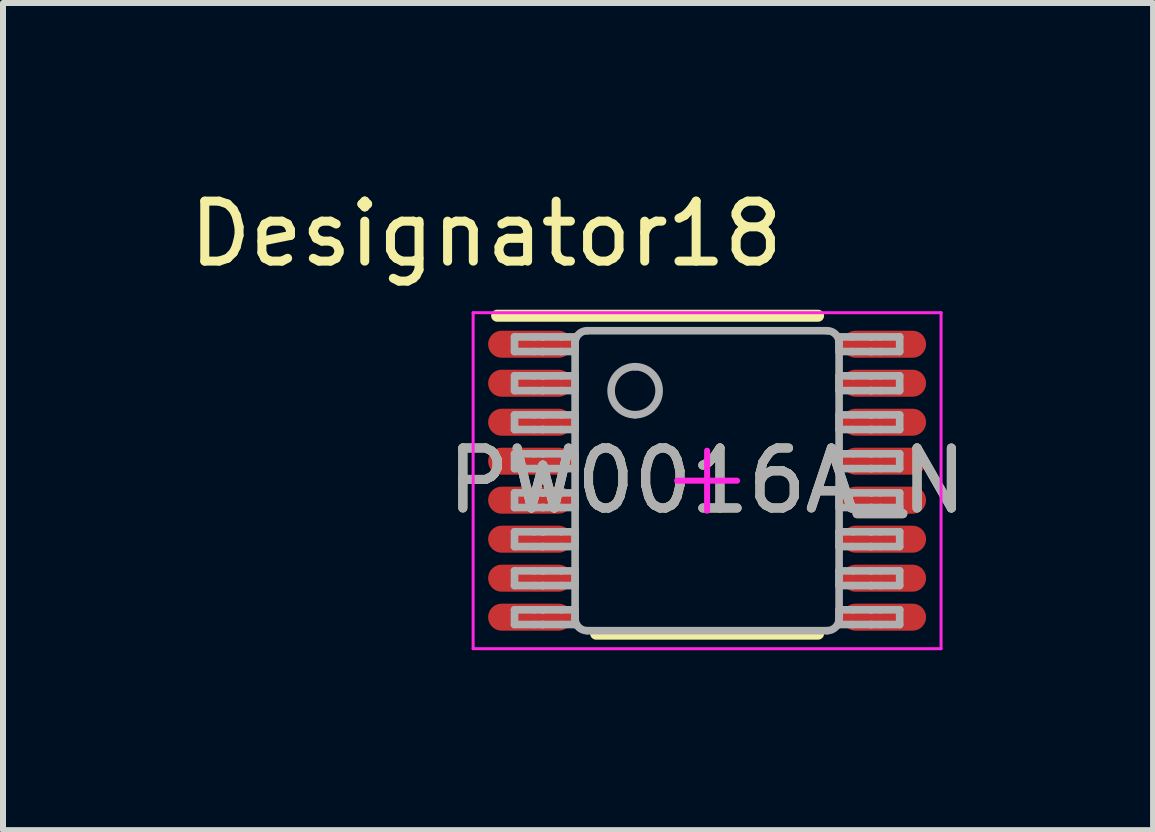
<source format=kicad_pcb>
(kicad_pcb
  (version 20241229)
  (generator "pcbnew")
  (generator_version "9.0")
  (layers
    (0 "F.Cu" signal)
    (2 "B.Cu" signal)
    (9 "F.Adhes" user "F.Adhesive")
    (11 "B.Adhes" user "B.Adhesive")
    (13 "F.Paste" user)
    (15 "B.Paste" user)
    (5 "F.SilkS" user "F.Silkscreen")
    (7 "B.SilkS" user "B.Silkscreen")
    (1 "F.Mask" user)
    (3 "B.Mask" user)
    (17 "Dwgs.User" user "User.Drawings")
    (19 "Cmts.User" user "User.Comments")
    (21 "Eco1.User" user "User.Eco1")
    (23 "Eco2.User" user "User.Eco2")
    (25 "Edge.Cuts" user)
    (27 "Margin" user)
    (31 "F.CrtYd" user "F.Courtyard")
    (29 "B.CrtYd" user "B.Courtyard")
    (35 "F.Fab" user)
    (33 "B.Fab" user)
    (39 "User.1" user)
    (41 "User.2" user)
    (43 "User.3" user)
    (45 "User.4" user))
  (footprint "PW0016A_N"
    (layer "F.Cu")
    (at 8.737 4.963)
    (property "Reference" "PW0016A_N" (at 0 0 0) (unlocked yes) (layer "F.SilkS") (effects (font (size 1 1) (thickness 0.15))))
    (attr smd)
    (fp_line (start -3.5 -2.75) (end 1.85 -2.75) (stroke (width 0.2) (type solid)) (layer "F.SilkS"))
    (fp_line (start -1.85 2.55) (end 1.85 2.55) (stroke (width 0.2) (type solid)) (layer "F.SilkS"))
    (fp_line (start -3.9 -2.8) (end 3.9 -2.8) (stroke (width 0.05) (type solid)) (layer "F.CrtYd"))
    (fp_line (start -3.9 2.8) (end -3.9 -2.8) (stroke (width 0.05) (type solid)) (layer "F.CrtYd"))
    (fp_line (start -3.9 2.8) (end 3.9 2.8) (stroke (width 0.05) (type solid)) (layer "F.CrtYd"))
    (fp_line (start -0.5 0) (end 0.5 0) (stroke (width 0.1) (type solid)) (layer "F.CrtYd"))
    (fp_line (start 0 0.5) (end 0 -0.5) (stroke (width 0.1) (type solid)) (layer "F.CrtYd"))
    (fp_line (start 3.9 2.8) (end 3.9 -2.8) (stroke (width 0.05) (type solid)) (layer "F.CrtYd"))
    (fp_line (start -3.21 -2.397) (end -2.887 -2.397) (stroke (width 0.127) (type solid)) (layer "F.Fab"))
    (fp_line (start -3.21 -2.153) (end -3.21 -2.397) (stroke (width 0.127) (type solid)) (layer "F.Fab"))
    (fp_line (start -3.21 -2.153) (end -2.887 -2.153) (stroke (width 0.127) (type solid)) (layer "F.Fab"))
    (fp_line (start -3.21 -1.748) (end -2.887 -1.748) (stroke (width 0.127) (type solid)) (layer "F.Fab"))
    (fp_line (start -3.21 -1.502) (end -3.21 -1.748) (stroke (width 0.127) (type solid)) (layer "F.Fab"))
    (fp_line (start -3.21 -1.502) (end -2.887 -1.502) (stroke (width 0.127) (type solid)) (layer "F.Fab"))
    (fp_line (start -3.21 -1.097) (end -2.887 -1.097) (stroke (width 0.127) (type solid)) (layer "F.Fab"))
    (fp_line (start -3.21 -0.853) (end -3.21 -1.097) (stroke (width 0.127) (type solid)) (layer "F.Fab"))
    (fp_line (start -3.21 -0.853) (end -2.887 -0.853) (stroke (width 0.127) (type solid)) (layer "F.Fab"))
    (fp_line (start -3.21 -0.448) (end -2.887 -0.448) (stroke (width 0.127) (type solid)) (layer "F.Fab"))
    (fp_line (start -3.21 -0.202) (end -3.21 -0.448) (stroke (width 0.127) (type solid)) (layer "F.Fab"))
    (fp_line (start -3.21 -0.202) (end -2.887 -0.202) (stroke (width 0.127) (type solid)) (layer "F.Fab"))
    (fp_line (start -3.21 0.203) (end -2.887 0.203) (stroke (width 0.127) (type solid)) (layer "F.Fab"))
    (fp_line (start -3.21 0.447) (end -3.21 0.203) (stroke (width 0.127) (type solid)) (layer "F.Fab"))
    (fp_line (start -3.21 0.447) (end -2.887 0.447) (stroke (width 0.127) (type solid)) (layer "F.Fab"))
    (fp_line (start -3.21 0.852) (end -2.887 0.852) (stroke (width 0.127) (type solid)) (layer "F.Fab"))
    (fp_line (start -3.21 1.098) (end -3.21 0.852) (stroke (width 0.127) (type solid)) (layer "F.Fab"))
    (fp_line (start -3.21 1.098) (end -2.887 1.098) (stroke (width 0.127) (type solid)) (layer "F.Fab"))
    (fp_line (start -3.21 1.503) (end -2.887 1.503) (stroke (width 0.127) (type solid)) (layer "F.Fab"))
    (fp_line (start -3.21 1.748) (end -3.21 1.503) (stroke (width 0.127) (type solid)) (layer "F.Fab"))
    (fp_line (start -3.21 1.748) (end -2.887 1.748) (stroke (width 0.127) (type solid)) (layer "F.Fab"))
    (fp_line (start -3.21 2.152) (end -2.887 2.152) (stroke (width 0.127) (type solid)) (layer "F.Fab"))
    (fp_line (start -3.21 2.398) (end -3.21 2.152) (stroke (width 0.127) (type solid)) (layer "F.Fab"))
    (fp_line (start -3.21 2.398) (end -2.887 2.398) (stroke (width 0.127) (type solid)) (layer "F.Fab"))
    (fp_line (start -2.887 -2.397) (end -2.739 -2.397) (stroke (width 0.127) (type solid)) (layer "F.Fab"))
    (fp_line (start -2.887 -2.153) (end -2.739 -2.153) (stroke (width 0.127) (type solid)) (layer "F.Fab"))
    (fp_line (start -2.887 -1.748) (end -2.739 -1.748) (stroke (width 0.127) (type solid)) (layer "F.Fab"))
    (fp_line (start -2.887 -1.502) (end -2.739 -1.502) (stroke (width 0.127) (type solid)) (layer "F.Fab"))
    (fp_line (start -2.887 -1.097) (end -2.739 -1.097) (stroke (width 0.127) (type solid)) (layer "F.Fab"))
    (fp_line (start -2.887 -0.853) (end -2.739 -0.853) (stroke (width 0.127) (type solid)) (layer "F.Fab"))
    (fp_line (start -2.887 -0.448) (end -2.739 -0.448) (stroke (width 0.127) (type solid)) (layer "F.Fab"))
    (fp_line (start -2.887 -0.202) (end -2.739 -0.202) (stroke (width 0.127) (type solid)) (layer "F.Fab"))
    (fp_line (start -2.887 0.203) (end -2.739 0.203) (stroke (width 0.127) (type solid)) (layer "F.Fab"))
    (fp_line (start -2.887 0.447) (end -2.739 0.447) (stroke (width 0.127) (type solid)) (layer "F.Fab"))
    (fp_line (start -2.887 0.852) (end -2.739 0.852) (stroke (width 0.127) (type solid)) (layer "F.Fab"))
    (fp_line (start -2.887 1.098) (end -2.739 1.098) (stroke (width 0.127) (type solid)) (layer "F.Fab"))
    (fp_line (start -2.887 1.503) (end -2.739 1.503) (stroke (width 0.127) (type solid)) (layer "F.Fab"))
    (fp_line (start -2.887 1.748) (end -2.739 1.748) (stroke (width 0.127) (type solid)) (layer "F.Fab"))
    (fp_line (start -2.887 2.152) (end -2.739 2.152) (stroke (width 0.127) (type solid)) (layer "F.Fab"))
    (fp_line (start -2.887 2.398) (end -2.739 2.398) (stroke (width 0.127) (type solid)) (layer "F.Fab"))
    (fp_line (start -2.739 -2.397) (end -2.733 -2.397) (stroke (width 0.127) (type solid)) (layer "F.Fab"))
    (fp_line (start -2.739 -2.153) (end -2.733 -2.153) (stroke (width 0.127) (type solid)) (layer "F.Fab"))
    (fp_line (start -2.739 -1.748) (end -2.733 -1.748) (stroke (width 0.127) (type solid)) (layer "F.Fab"))
    (fp_line (start -2.739 -1.502) (end -2.733 -1.502) (stroke (width 0.127) (type solid)) (layer "F.Fab"))
    (fp_line (start -2.739 -1.097) (end -2.733 -1.097) (stroke (width 0.127) (type solid)) (layer "F.Fab"))
    (fp_line (start -2.739 -0.853) (end -2.733 -0.853) (stroke (width 0.127) (type solid)) (layer "F.Fab"))
    (fp_line (start -2.739 -0.448) (end -2.733 -0.448) (stroke (width 0.127) (type solid)) (layer "F.Fab"))
    (fp_line (start -2.739 -0.202) (end -2.733 -0.202) (stroke (width 0.127) (type solid)) (layer "F.Fab"))
    (fp_line (start -2.739 0.203) (end -2.733 0.203) (stroke (width 0.127) (type solid)) (layer "F.Fab"))
    (fp_line (start -2.739 0.447) (end -2.733 0.447) (stroke (width 0.127) (type solid)) (layer "F.Fab"))
    (fp_line (start -2.739 0.852) (end -2.733 0.852) (stroke (width 0.127) (type solid)) (layer "F.Fab"))
    (fp_line (start -2.739 1.098) (end -2.733 1.098) (stroke (width 0.127) (type solid)) (layer "F.Fab"))
    (fp_line (start -2.739 1.503) (end -2.733 1.503) (stroke (width 0.127) (type solid)) (layer "F.Fab"))
    (fp_line (start -2.739 1.748) (end -2.733 1.748) (stroke (width 0.127) (type solid)) (layer "F.Fab"))
    (fp_line (start -2.739 2.152) (end -2.733 2.152) (stroke (width 0.127) (type solid)) (layer "F.Fab"))
    (fp_line (start -2.739 2.398) (end -2.733 2.398) (stroke (width 0.127) (type solid)) (layer "F.Fab"))
    (fp_line (start -2.733 -2.397) (end -2.431 -2.397) (stroke (width 0.127) (type solid)) (layer "F.Fab"))
    (fp_line (start -2.733 -2.153) (end -2.431 -2.153) (stroke (width 0.127) (type solid)) (layer "F.Fab"))
    (fp_line (start -2.733 -1.748) (end -2.431 -1.748) (stroke (width 0.127) (type solid)) (layer "F.Fab"))
    (fp_line (start -2.733 -1.502) (end -2.431 -1.502) (stroke (width 0.127) (type solid)) (layer "F.Fab"))
    (fp_line (start -2.733 -1.097) (end -2.431 -1.097) (stroke (width 0.127) (type solid)) (layer "F.Fab"))
    (fp_line (start -2.733 -0.853) (end -2.431 -0.853) (stroke (width 0.127) (type solid)) (layer "F.Fab"))
    (fp_line (start -2.733 -0.448) (end -2.431 -0.448) (stroke (width 0.127) (type solid)) (layer "F.Fab"))
    (fp_line (start -2.733 -0.202) (end -2.431 -0.202) (stroke (width 0.127) (type solid)) (layer "F.Fab"))
    (fp_line (start -2.733 0.203) (end -2.431 0.203) (stroke (width 0.127) (type solid)) (layer "F.Fab"))
    (fp_line (start -2.733 0.447) (end -2.431 0.447) (stroke (width 0.127) (type solid)) (layer "F.Fab"))
    (fp_line (start -2.733 0.852) (end -2.431 0.852) (stroke (width 0.127) (type solid)) (layer "F.Fab"))
    (fp_line (start -2.733 1.098) (end -2.431 1.098) (stroke (width 0.127) (type solid)) (layer "F.Fab"))
    (fp_line (start -2.733 1.503) (end -2.431 1.503) (stroke (width 0.127) (type solid)) (layer "F.Fab"))
    (fp_line (start -2.733 1.748) (end -2.431 1.748) (stroke (width 0.127) (type solid)) (layer "F.Fab"))
    (fp_line (start -2.733 2.152) (end -2.431 2.152) (stroke (width 0.127) (type solid)) (layer "F.Fab"))
    (fp_line (start -2.733 2.398) (end -2.431 2.398) (stroke (width 0.127) (type solid)) (layer "F.Fab"))
    (fp_line (start -2.431 -2.397) (end -2.2 -2.397) (stroke (width 0.127) (type solid)) (layer "F.Fab"))
    (fp_line (start -2.431 -2.153) (end -2.2 -2.153) (stroke (width 0.127) (type solid)) (layer "F.Fab"))
    (fp_line (start -2.431 -1.748) (end -2.2 -1.748) (stroke (width 0.127) (type solid)) (layer "F.Fab"))
    (fp_line (start -2.431 -1.502) (end -2.2 -1.502) (stroke (width 0.127) (type solid)) (layer "F.Fab"))
    (fp_line (start -2.431 -1.097) (end -2.2 -1.097) (stroke (width 0.127) (type solid)) (layer "F.Fab"))
    (fp_line (start -2.431 -0.853) (end -2.2 -0.853) (stroke (width 0.127) (type solid)) (layer "F.Fab"))
    (fp_line (start -2.431 -0.448) (end -2.2 -0.448) (stroke (width 0.127) (type solid)) (layer "F.Fab"))
    (fp_line (start -2.431 -0.202) (end -2.2 -0.202) (stroke (width 0.127) (type solid)) (layer "F.Fab"))
    (fp_line (start -2.431 0.203) (end -2.2 0.203) (stroke (width 0.127) (type solid)) (layer "F.Fab"))
    (fp_line (start -2.431 0.447) (end -2.2 0.447) (stroke (width 0.127) (type solid)) (layer "F.Fab"))
    (fp_line (start -2.431 0.852) (end -2.2 0.852) (stroke (width 0.127) (type solid)) (layer "F.Fab"))
    (fp_line (start -2.431 1.098) (end -2.2 1.098) (stroke (width 0.127) (type solid)) (layer "F.Fab"))
    (fp_line (start -2.431 1.503) (end -2.2 1.503) (stroke (width 0.127) (type solid)) (layer "F.Fab"))
    (fp_line (start -2.431 1.748) (end -2.2 1.748) (stroke (width 0.127) (type solid)) (layer "F.Fab"))
    (fp_line (start -2.431 2.152) (end -2.2 2.152) (stroke (width 0.127) (type solid)) (layer "F.Fab"))
    (fp_line (start -2.431 2.398) (end -2.2 2.398) (stroke (width 0.127) (type solid)) (layer "F.Fab"))
    (fp_line (start -2.2 -2.153) (end -2.2 -2.397) (stroke (width 0.127) (type solid)) (layer "F.Fab"))
    (fp_line (start -2.2 -1.502) (end -2.2 -1.748) (stroke (width 0.127) (type solid)) (layer "F.Fab"))
    (fp_line (start -2.2 -0.853) (end -2.2 -1.097) (stroke (width 0.127) (type solid)) (layer "F.Fab"))
    (fp_line (start -2.2 -0.202) (end -2.2 -0.448) (stroke (width 0.127) (type solid)) (layer "F.Fab"))
    (fp_line (start -2.2 0.447) (end -2.2 0.203) (stroke (width 0.127) (type solid)) (layer "F.Fab"))
    (fp_line (start -2.2 1.098) (end -2.2 0.852) (stroke (width 0.127) (type solid)) (layer "F.Fab"))
    (fp_line (start -2.2 1.748) (end -2.2 1.503) (stroke (width 0.127) (type solid)) (layer "F.Fab"))
    (fp_line (start -2.2 2.3) (end -2.2 -2.3) (stroke (width 0.127) (type solid)) (layer "F.Fab"))
    (fp_line (start -2.2 2.398) (end -2.2 2.152) (stroke (width 0.127) (type solid)) (layer "F.Fab"))
    (fp_line (start -2 -2.5) (end 2 -2.5) (stroke (width 0.127) (type solid)) (layer "F.Fab"))
    (fp_line (start -2 2.5) (end 2 2.5) (stroke (width 0.127) (type solid)) (layer "F.Fab"))
    (fp_line (start 2.2 -2.397) (end 2.43 -2.397) (stroke (width 0.127) (type solid)) (layer "F.Fab"))
    (fp_line (start 2.2 -2.153) (end 2.2 -2.397) (stroke (width 0.127) (type solid)) (layer "F.Fab"))
    (fp_line (start 2.2 -2.153) (end 2.43 -2.153) (stroke (width 0.127) (type solid)) (layer "F.Fab"))
    (fp_line (start 2.2 -1.748) (end 2.43 -1.748) (stroke (width 0.127) (type solid)) (layer "F.Fab"))
    (fp_line (start 2.2 -1.502) (end 2.2 -1.748) (stroke (width 0.127) (type solid)) (layer "F.Fab"))
    (fp_line (start 2.2 -1.502) (end 2.43 -1.502) (stroke (width 0.127) (type solid)) (layer "F.Fab"))
    (fp_line (start 2.2 -1.097) (end 2.43 -1.097) (stroke (width 0.127) (type solid)) (layer "F.Fab"))
    (fp_line (start 2.2 -0.853) (end 2.2 -1.097) (stroke (width 0.127) (type solid)) (layer "F.Fab"))
    (fp_line (start 2.2 -0.853) (end 2.43 -0.853) (stroke (width 0.127) (type solid)) (layer "F.Fab"))
    (fp_line (start 2.2 -0.448) (end 2.43 -0.448) (stroke (width 0.127) (type solid)) (layer "F.Fab"))
    (fp_line (start 2.2 -0.202) (end 2.2 -0.448) (stroke (width 0.127) (type solid)) (layer "F.Fab"))
    (fp_line (start 2.2 -0.202) (end 2.43 -0.202) (stroke (width 0.127) (type solid)) (layer "F.Fab"))
    (fp_line (start 2.2 0.203) (end 2.43 0.203) (stroke (width 0.127) (type solid)) (layer "F.Fab"))
    (fp_line (start 2.2 0.447) (end 2.2 0.203) (stroke (width 0.127) (type solid)) (layer "F.Fab"))
    (fp_line (start 2.2 0.447) (end 2.43 0.447) (stroke (width 0.127) (type solid)) (layer "F.Fab"))
    (fp_line (start 2.2 0.852) (end 2.43 0.852) (stroke (width 0.127) (type solid)) (layer "F.Fab"))
    (fp_line (start 2.2 1.098) (end 2.2 0.852) (stroke (width 0.127) (type solid)) (layer "F.Fab"))
    (fp_line (start 2.2 1.098) (end 2.43 1.098) (stroke (width 0.127) (type solid)) (layer "F.Fab"))
    (fp_line (start 2.2 1.503) (end 2.43 1.503) (stroke (width 0.127) (type solid)) (layer "F.Fab"))
    (fp_line (start 2.2 1.748) (end 2.2 1.503) (stroke (width 0.127) (type solid)) (layer "F.Fab"))
    (fp_line (start 2.2 1.748) (end 2.43 1.748) (stroke (width 0.127) (type solid)) (layer "F.Fab"))
    (fp_line (start 2.2 2.152) (end 2.43 2.152) (stroke (width 0.127) (type solid)) (layer "F.Fab"))
    (fp_line (start 2.2 2.3) (end 2.2 -2.3) (stroke (width 0.127) (type solid)) (layer "F.Fab"))
    (fp_line (start 2.2 2.398) (end 2.2 2.152) (stroke (width 0.127) (type solid)) (layer "F.Fab"))
    (fp_line (start 2.2 2.398) (end 2.43 2.398) (stroke (width 0.127) (type solid)) (layer "F.Fab"))
    (fp_line (start 2.43 -2.397) (end 2.733 -2.397) (stroke (width 0.127) (type solid)) (layer "F.Fab"))
    (fp_line (start 2.43 -2.153) (end 2.733 -2.153) (stroke (width 0.127) (type solid)) (layer "F.Fab"))
    (fp_line (start 2.43 -1.748) (end 2.733 -1.748) (stroke (width 0.127) (type solid)) (layer "F.Fab"))
    (fp_line (start 2.43 -1.502) (end 2.733 -1.502) (stroke (width 0.127) (type solid)) (layer "F.Fab"))
    (fp_line (start 2.43 -1.097) (end 2.733 -1.097) (stroke (width 0.127) (type solid)) (layer "F.Fab"))
    (fp_line (start 2.43 -0.853) (end 2.733 -0.853) (stroke (width 0.127) (type solid)) (layer "F.Fab"))
    (fp_line (start 2.43 -0.448) (end 2.733 -0.448) (stroke (width 0.127) (type solid)) (layer "F.Fab"))
    (fp_line (start 2.43 -0.202) (end 2.733 -0.202) (stroke (width 0.127) (type solid)) (layer "F.Fab"))
    (fp_line (start 2.43 0.203) (end 2.733 0.203) (stroke (width 0.127) (type solid)) (layer "F.Fab"))
    (fp_line (start 2.43 0.447) (end 2.733 0.447) (stroke (width 0.127) (type solid)) (layer "F.Fab"))
    (fp_line (start 2.43 0.852) (end 2.733 0.852) (stroke (width 0.127) (type solid)) (layer "F.Fab"))
    (fp_line (start 2.43 1.098) (end 2.733 1.098) (stroke (width 0.127) (type solid)) (layer "F.Fab"))
    (fp_line (start 2.43 1.503) (end 2.733 1.503) (stroke (width 0.127) (type solid)) (layer "F.Fab"))
    (fp_line (start 2.43 1.748) (end 2.733 1.748) (stroke (width 0.127) (type solid)) (layer "F.Fab"))
    (fp_line (start 2.43 2.152) (end 2.733 2.152) (stroke (width 0.127) (type solid)) (layer "F.Fab"))
    (fp_line (start 2.43 2.398) (end 2.733 2.398) (stroke (width 0.127) (type solid)) (layer "F.Fab"))
    (fp_line (start 2.733 -2.397) (end 2.739 -2.397) (stroke (width 0.127) (type solid)) (layer "F.Fab"))
    (fp_line (start 2.733 -2.153) (end 2.739 -2.153) (stroke (width 0.127) (type solid)) (layer "F.Fab"))
    (fp_line (start 2.733 -1.748) (end 2.739 -1.748) (stroke (width 0.127) (type solid)) (layer "F.Fab"))
    (fp_line (start 2.733 -1.502) (end 2.739 -1.502) (stroke (width 0.127) (type solid)) (layer "F.Fab"))
    (fp_line (start 2.733 -1.097) (end 2.739 -1.097) (stroke (width 0.127) (type solid)) (layer "F.Fab"))
    (fp_line (start 2.733 -0.853) (end 2.739 -0.853) (stroke (width 0.127) (type solid)) (layer "F.Fab"))
    (fp_line (start 2.733 -0.448) (end 2.739 -0.448) (stroke (width 0.127) (type solid)) (layer "F.Fab"))
    (fp_line (start 2.733 -0.202) (end 2.739 -0.202) (stroke (width 0.127) (type solid)) (layer "F.Fab"))
    (fp_line (start 2.733 0.203) (end 2.739 0.203) (stroke (width 0.127) (type solid)) (layer "F.Fab"))
    (fp_line (start 2.733 0.447) (end 2.739 0.447) (stroke (width 0.127) (type solid)) (layer "F.Fab"))
    (fp_line (start 2.733 0.852) (end 2.739 0.852) (stroke (width 0.127) (type solid)) (layer "F.Fab"))
    (fp_line (start 2.733 1.098) (end 2.739 1.098) (stroke (width 0.127) (type solid)) (layer "F.Fab"))
    (fp_line (start 2.733 1.503) (end 2.739 1.503) (stroke (width 0.127) (type solid)) (layer "F.Fab"))
    (fp_line (start 2.733 1.748) (end 2.739 1.748) (stroke (width 0.127) (type solid)) (layer "F.Fab"))
    (fp_line (start 2.733 2.152) (end 2.739 2.152) (stroke (width 0.127) (type solid)) (layer "F.Fab"))
    (fp_line (start 2.733 2.398) (end 2.739 2.398) (stroke (width 0.127) (type solid)) (layer "F.Fab"))
    (fp_line (start 2.739 -2.397) (end 2.887 -2.397) (stroke (width 0.127) (type solid)) (layer "F.Fab"))
    (fp_line (start 2.739 -2.153) (end 2.887 -2.153) (stroke (width 0.127) (type solid)) (layer "F.Fab"))
    (fp_line (start 2.739 -1.748) (end 2.887 -1.748) (stroke (width 0.127) (type solid)) (layer "F.Fab"))
    (fp_line (start 2.739 -1.502) (end 2.887 -1.502) (stroke (width 0.127) (type solid)) (layer "F.Fab"))
    (fp_line (start 2.739 -1.097) (end 2.887 -1.097) (stroke (width 0.127) (type solid)) (layer "F.Fab"))
    (fp_line (start 2.739 -0.853) (end 2.887 -0.853) (stroke (width 0.127) (type solid)) (layer "F.Fab"))
    (fp_line (start 2.739 -0.448) (end 2.887 -0.448) (stroke (width 0.127) (type solid)) (layer "F.Fab"))
    (fp_line (start 2.739 -0.202) (end 2.887 -0.202) (stroke (width 0.127) (type solid)) (layer "F.Fab"))
    (fp_line (start 2.739 0.203) (end 2.887 0.203) (stroke (width 0.127) (type solid)) (layer "F.Fab"))
    (fp_line (start 2.739 0.447) (end 2.887 0.447) (stroke (width 0.127) (type solid)) (layer "F.Fab"))
    (fp_line (start 2.739 0.852) (end 2.887 0.852) (stroke (width 0.127) (type solid)) (layer "F.Fab"))
    (fp_line (start 2.739 1.098) (end 2.887 1.098) (stroke (width 0.127) (type solid)) (layer "F.Fab"))
    (fp_line (start 2.739 1.503) (end 2.887 1.503) (stroke (width 0.127) (type solid)) (layer "F.Fab"))
    (fp_line (start 2.739 1.748) (end 2.887 1.748) (stroke (width 0.127) (type solid)) (layer "F.Fab"))
    (fp_line (start 2.739 2.152) (end 2.887 2.152) (stroke (width 0.127) (type solid)) (layer "F.Fab"))
    (fp_line (start 2.739 2.398) (end 2.887 2.398) (stroke (width 0.127) (type solid)) (layer "F.Fab"))
    (fp_line (start 2.887 -2.397) (end 3.21 -2.397) (stroke (width 0.127) (type solid)) (layer "F.Fab"))
    (fp_line (start 2.887 -2.153) (end 3.21 -2.153) (stroke (width 0.127) (type solid)) (layer "F.Fab"))
    (fp_line (start 2.887 -1.748) (end 3.21 -1.748) (stroke (width 0.127) (type solid)) (layer "F.Fab"))
    (fp_line (start 2.887 -1.502) (end 3.21 -1.502) (stroke (width 0.127) (type solid)) (layer "F.Fab"))
    (fp_line (start 2.887 -1.097) (end 3.21 -1.097) (stroke (width 0.127) (type solid)) (layer "F.Fab"))
    (fp_line (start 2.887 -0.853) (end 3.21 -0.853) (stroke (width 0.127) (type solid)) (layer "F.Fab"))
    (fp_line (start 2.887 -0.448) (end 3.21 -0.448) (stroke (width 0.127) (type solid)) (layer "F.Fab"))
    (fp_line (start 2.887 -0.202) (end 3.21 -0.202) (stroke (width 0.127) (type solid)) (layer "F.Fab"))
    (fp_line (start 2.887 0.203) (end 3.21 0.203) (stroke (width 0.127) (type solid)) (layer "F.Fab"))
    (fp_line (start 2.887 0.447) (end 3.21 0.447) (stroke (width 0.127) (type solid)) (layer "F.Fab"))
    (fp_line (start 2.887 0.852) (end 3.21 0.852) (stroke (width 0.127) (type solid)) (layer "F.Fab"))
    (fp_line (start 2.887 1.098) (end 3.21 1.098) (stroke (width 0.127) (type solid)) (layer "F.Fab"))
    (fp_line (start 2.887 1.503) (end 3.21 1.503) (stroke (width 0.127) (type solid)) (layer "F.Fab"))
    (fp_line (start 2.887 1.748) (end 3.21 1.748) (stroke (width 0.127) (type solid)) (layer "F.Fab"))
    (fp_line (start 2.887 2.152) (end 3.21 2.152) (stroke (width 0.127) (type solid)) (layer "F.Fab"))
    (fp_line (start 2.887 2.398) (end 3.21 2.398) (stroke (width 0.127) (type solid)) (layer "F.Fab"))
    (fp_line (start 3.21 -2.153) (end 3.21 -2.397) (stroke (width 0.127) (type solid)) (layer "F.Fab"))
    (fp_line (start 3.21 -1.502) (end 3.21 -1.748) (stroke (width 0.127) (type solid)) (layer "F.Fab"))
    (fp_line (start 3.21 -0.853) (end 3.21 -1.097) (stroke (width 0.127) (type solid)) (layer "F.Fab"))
    (fp_line (start 3.21 -0.202) (end 3.21 -0.448) (stroke (width 0.127) (type solid)) (layer "F.Fab"))
    (fp_line (start 3.21 0.447) (end 3.21 0.203) (stroke (width 0.127) (type solid)) (layer "F.Fab"))
    (fp_line (start 3.21 1.098) (end 3.21 0.852) (stroke (width 0.127) (type solid)) (layer "F.Fab"))
    (fp_line (start 3.21 1.748) (end 3.21 1.503) (stroke (width 0.127) (type solid)) (layer "F.Fab"))
    (fp_line (start 3.21 2.398) (end 3.21 2.152) (stroke (width 0.127) (type solid)) (layer "F.Fab"))
    (fp_arc (start -2.200001 -2.3) (mid -2.141422 -2.441421) (end -2.000001 -2.5) (stroke (width 0.127) (type solid)) (layer "F.Fab"))
    (fp_arc (start -2.000001 2.500015) (mid -2.141422 2.441437) (end -2.200001 2.300016) (stroke (width 0.127) (type solid)) (layer "F.Fab"))
    (fp_arc (start -1.200003 -1.900001) (mid -0.800003 -1.500002) (end -1.200003 -1.100003) (stroke (width 0.127) (type solid)) (layer "F.Fab"))
    (fp_arc (start -1.200003 -1.100003) (mid -1.600002 -1.500002) (end -1.200003 -1.900001) (stroke (width 0.127) (type solid)) (layer "F.Fab"))
    (fp_arc (start 1.999991 -2.5) (mid 2.141412 -2.441422) (end 2.199991 -2.3) (stroke (width 0.127) (type solid)) (layer "F.Fab"))
    (fp_arc (start 2.199991 2.300016) (mid 2.141412 2.441437) (end 1.999991 2.500015) (stroke (width 0.127) (type solid)) (layer "F.Fab"))
    (fp_text user "Designator18" (at -3.683 -4.115 0) (unlocked yes) (layer "F.SilkS") (effects (font (size 1 1) (thickness 0.15))))
    (fp_text user "${REFERENCE}" (at 0 0 0) (unlocked yes) (layer "F.Fab") (effects (font (size 1 1) (thickness 0.15))))
    (pad "1" smd oval (at -2.95 -2.275 90) (size 0.45 1.4) (layers "F.Cu" "F.Mask" "F.Paste"))
    (pad "2" smd oval (at -2.95 -1.625 90) (size 0.45 1.4) (layers "F.Cu" "F.Mask" "F.Paste"))
    (pad "3" smd oval (at -2.95 -0.975 90) (size 0.45 1.4) (layers "F.Cu" "F.Mask" "F.Paste"))
    (pad "4" smd oval (at -2.95 -0.325 90) (size 0.45 1.4) (layers "F.Cu" "F.Mask" "F.Paste"))
    (pad "5" smd oval (at -2.95 0.325 90) (size 0.45 1.4) (layers "F.Cu" "F.Mask" "F.Paste"))
    (pad "6" smd oval (at -2.95 0.975 90) (size 0.45 1.4) (layers "F.Cu" "F.Mask" "F.Paste"))
    (pad "7" smd oval (at -2.95 1.625 90) (size 0.45 1.4) (layers "F.Cu" "F.Mask" "F.Paste"))
    (pad "8" smd oval (at -2.95 2.275 90) (size 0.45 1.4) (layers "F.Cu" "F.Mask" "F.Paste"))
    (pad "9" smd oval (at 2.95 2.275 90) (size 0.45 1.4) (layers "F.Cu" "F.Mask" "F.Paste"))
    (pad "10" smd oval (at 2.95 1.625 90) (size 0.45 1.4) (layers "F.Cu" "F.Mask" "F.Paste"))
    (pad "11" smd oval (at 2.95 0.975 90) (size 0.45 1.4) (layers "F.Cu" "F.Mask" "F.Paste"))
    (pad "12" smd oval (at 2.95 0.325 90) (size 0.45 1.4) (layers "F.Cu" "F.Mask" "F.Paste"))
    (pad "13" smd oval (at 2.95 -0.325 90) (size 0.45 1.4) (layers "F.Cu" "F.Mask" "F.Paste"))
    (pad "14" smd oval (at 2.95 -0.975 90) (size 0.45 1.4) (layers "F.Cu" "F.Mask" "F.Paste"))
    (pad "15" smd oval (at 2.95 -1.625 90) (size 0.45 1.4) (layers "F.Cu" "F.Mask" "F.Paste"))
    (pad "16" smd oval (at 2.95 -2.275 90) (size 0.45 1.4) (layers "F.Cu" "F.Mask" "F.Paste")))
  (gr_rect
    (start -3 -3)
    (end 16.171 10.788)
    (stroke (width 0.1) (type default))
    (fill no)
    (layer "Edge.Cuts")))
</source>
